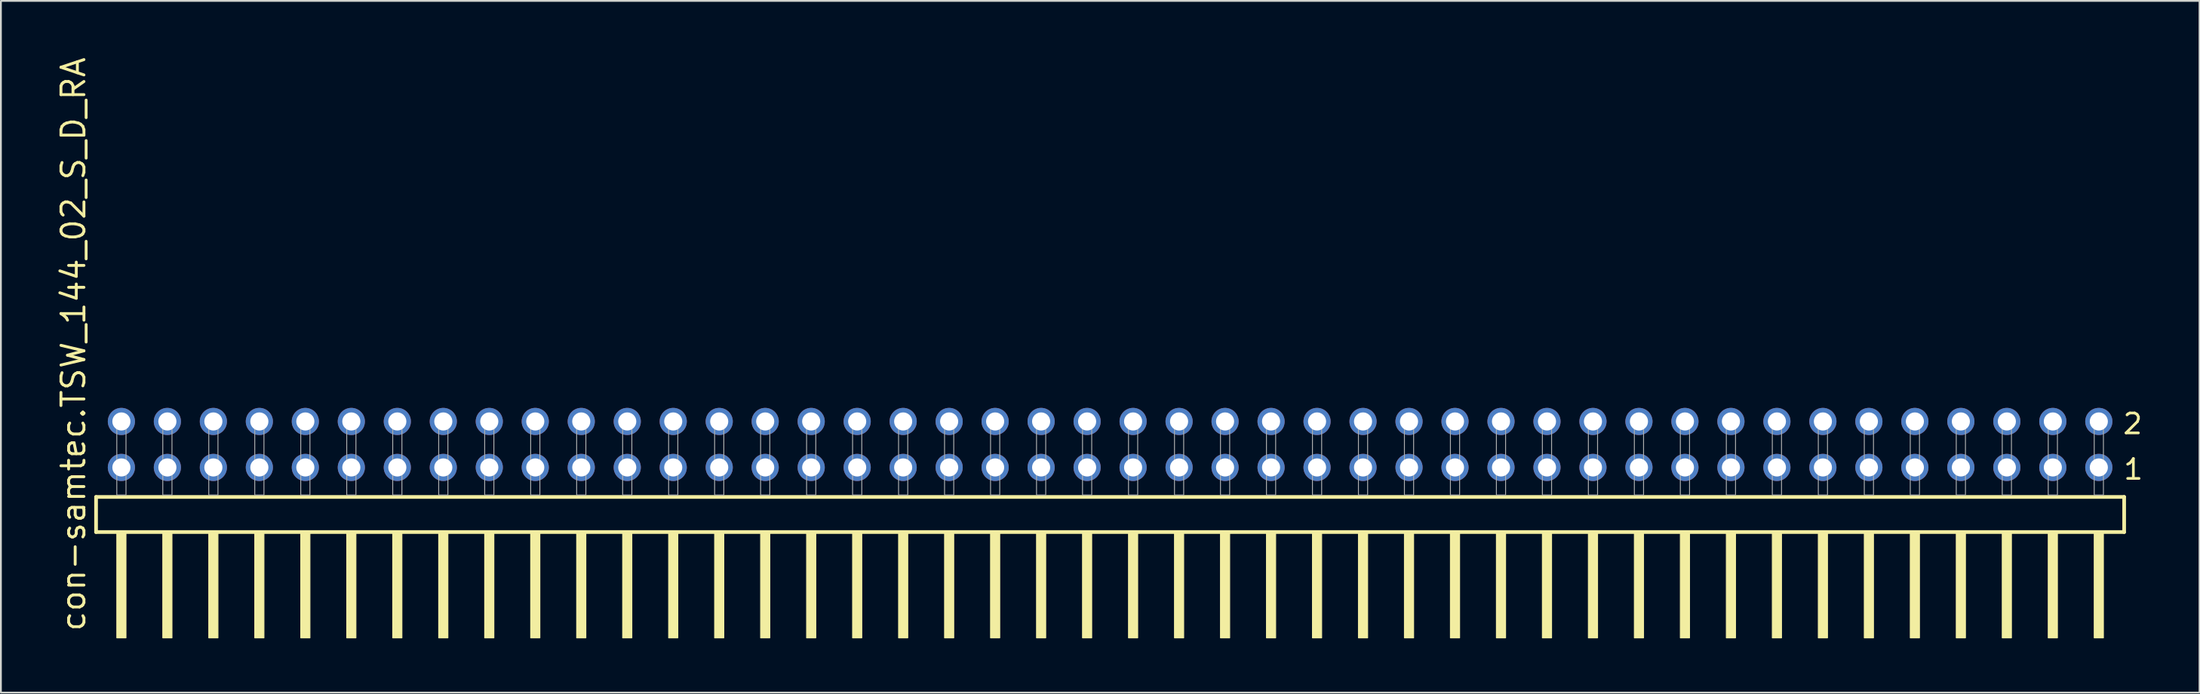
<source format=kicad_pcb>
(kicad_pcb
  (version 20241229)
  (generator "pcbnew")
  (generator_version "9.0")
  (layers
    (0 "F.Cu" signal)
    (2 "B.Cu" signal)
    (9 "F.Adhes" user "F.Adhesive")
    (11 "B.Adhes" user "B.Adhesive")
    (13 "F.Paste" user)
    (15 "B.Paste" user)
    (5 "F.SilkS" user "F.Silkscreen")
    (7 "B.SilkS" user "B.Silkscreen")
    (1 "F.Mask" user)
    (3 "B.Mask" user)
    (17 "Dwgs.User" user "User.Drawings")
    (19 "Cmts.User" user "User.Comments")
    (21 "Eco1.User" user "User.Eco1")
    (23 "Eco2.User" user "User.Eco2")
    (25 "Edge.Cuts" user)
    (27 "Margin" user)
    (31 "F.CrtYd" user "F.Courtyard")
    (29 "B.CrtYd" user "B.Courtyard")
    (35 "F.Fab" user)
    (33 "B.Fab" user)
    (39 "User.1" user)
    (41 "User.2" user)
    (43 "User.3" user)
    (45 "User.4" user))
  (footprint "con-samtec.TSW_144_02_S_D_RA"
    (layer "F.Cu")
    (at 58.265 24.296)
    (property "Reference" "con-samtec.TSW_144_02_S_D_RA" (at -56.515 7.62 90) (layer "F.SilkS") (effects (font (size 1.27 1.27) (thickness 0.16)) (justify left bottom)))
    (attr through_hole)
    (fp_line (start -56.009 0.106) (end -56.009 2.046) (stroke (width 0.203) (type default)) (layer "F.SilkS"))
    (fp_line (start -56.009 2.046) (end 56.009 2.046) (stroke (width 0.203) (type default)) (layer "F.SilkS"))
    (fp_line (start 56.009 0.106) (end -56.009 0.106) (stroke (width 0.203) (type default)) (layer "F.SilkS"))
    (fp_line (start 56.009 2.046) (end 56.009 0.106) (stroke (width 0.203) (type default)) (layer "F.SilkS"))
    (fp_rect (start -54.864 7.89) (end -54.356 2.04) (stroke (width 0.05) (type default)) (fill yes) (layer "F.SilkS"))
    (fp_rect (start -52.324 7.89) (end -51.816 2.04) (stroke (width 0.05) (type default)) (fill yes) (layer "F.SilkS"))
    (fp_rect (start -49.784 7.89) (end -49.276 2.04) (stroke (width 0.05) (type default)) (fill yes) (layer "F.SilkS"))
    (fp_rect (start -47.244 7.89) (end -46.736 2.04) (stroke (width 0.05) (type default)) (fill yes) (layer "F.SilkS"))
    (fp_rect (start -44.704 7.89) (end -44.196 2.04) (stroke (width 0.05) (type default)) (fill yes) (layer "F.SilkS"))
    (fp_rect (start -42.164 7.89) (end -41.656 2.04) (stroke (width 0.05) (type default)) (fill yes) (layer "F.SilkS"))
    (fp_rect (start -39.624 7.89) (end -39.116 2.04) (stroke (width 0.05) (type default)) (fill yes) (layer "F.SilkS"))
    (fp_rect (start -37.084 7.89) (end -36.576 2.04) (stroke (width 0.05) (type default)) (fill yes) (layer "F.SilkS"))
    (fp_rect (start -34.544 7.89) (end -34.036 2.04) (stroke (width 0.05) (type default)) (fill yes) (layer "F.SilkS"))
    (fp_rect (start -32.004 7.89) (end -31.496 2.04) (stroke (width 0.05) (type default)) (fill yes) (layer "F.SilkS"))
    (fp_rect (start -29.464 7.89) (end -28.956 2.04) (stroke (width 0.05) (type default)) (fill yes) (layer "F.SilkS"))
    (fp_rect (start -26.924 7.89) (end -26.416 2.04) (stroke (width 0.05) (type default)) (fill yes) (layer "F.SilkS"))
    (fp_rect (start -24.384 7.89) (end -23.876 2.04) (stroke (width 0.05) (type default)) (fill yes) (layer "F.SilkS"))
    (fp_rect (start -21.844 7.89) (end -21.336 2.04) (stroke (width 0.05) (type default)) (fill yes) (layer "F.SilkS"))
    (fp_rect (start -19.304 7.89) (end -18.796 2.04) (stroke (width 0.05) (type default)) (fill yes) (layer "F.SilkS"))
    (fp_rect (start -16.764 7.89) (end -16.256 2.04) (stroke (width 0.05) (type default)) (fill yes) (layer "F.SilkS"))
    (fp_rect (start -14.224 7.89) (end -13.716 2.04) (stroke (width 0.05) (type default)) (fill yes) (layer "F.SilkS"))
    (fp_rect (start -11.684 7.89) (end -11.176 2.04) (stroke (width 0.05) (type default)) (fill yes) (layer "F.SilkS"))
    (fp_rect (start -9.144 7.89) (end -8.636 2.04) (stroke (width 0.05) (type default)) (fill yes) (layer "F.SilkS"))
    (fp_rect (start -6.604 7.89) (end -6.096 2.04) (stroke (width 0.05) (type default)) (fill yes) (layer "F.SilkS"))
    (fp_rect (start -4.064 7.89) (end -3.556 2.04) (stroke (width 0.05) (type default)) (fill yes) (layer "F.SilkS"))
    (fp_rect (start -1.524 7.89) (end -1.016 2.04) (stroke (width 0.05) (type default)) (fill yes) (layer "F.SilkS"))
    (fp_rect (start 1.016 7.89) (end 1.524 2.04) (stroke (width 0.05) (type default)) (fill yes) (layer "F.SilkS"))
    (fp_rect (start 3.556 7.89) (end 4.064 2.04) (stroke (width 0.05) (type default)) (fill yes) (layer "F.SilkS"))
    (fp_rect (start 6.096 7.89) (end 6.604 2.04) (stroke (width 0.05) (type default)) (fill yes) (layer "F.SilkS"))
    (fp_rect (start 8.636 7.89) (end 9.144 2.04) (stroke (width 0.05) (type default)) (fill yes) (layer "F.SilkS"))
    (fp_rect (start 11.176 7.89) (end 11.684 2.04) (stroke (width 0.05) (type default)) (fill yes) (layer "F.SilkS"))
    (fp_rect (start 13.716 7.89) (end 14.224 2.04) (stroke (width 0.05) (type default)) (fill yes) (layer "F.SilkS"))
    (fp_rect (start 16.256 7.89) (end 16.764 2.04) (stroke (width 0.05) (type default)) (fill yes) (layer "F.SilkS"))
    (fp_rect (start 18.796 7.89) (end 19.304 2.04) (stroke (width 0.05) (type default)) (fill yes) (layer "F.SilkS"))
    (fp_rect (start 21.336 7.89) (end 21.844 2.04) (stroke (width 0.05) (type default)) (fill yes) (layer "F.SilkS"))
    (fp_rect (start 23.876 7.89) (end 24.384 2.04) (stroke (width 0.05) (type default)) (fill yes) (layer "F.SilkS"))
    (fp_rect (start 26.416 7.89) (end 26.924 2.04) (stroke (width 0.05) (type default)) (fill yes) (layer "F.SilkS"))
    (fp_rect (start 28.956 7.89) (end 29.464 2.04) (stroke (width 0.05) (type default)) (fill yes) (layer "F.SilkS"))
    (fp_rect (start 31.496 7.89) (end 32.004 2.04) (stroke (width 0.05) (type default)) (fill yes) (layer "F.SilkS"))
    (fp_rect (start 34.036 7.89) (end 34.544 2.04) (stroke (width 0.05) (type default)) (fill yes) (layer "F.SilkS"))
    (fp_rect (start 36.576 7.89) (end 37.084 2.04) (stroke (width 0.05) (type default)) (fill yes) (layer "F.SilkS"))
    (fp_rect (start 39.116 7.89) (end 39.624 2.04) (stroke (width 0.05) (type default)) (fill yes) (layer "F.SilkS"))
    (fp_rect (start 41.656 7.89) (end 42.164 2.04) (stroke (width 0.05) (type default)) (fill yes) (layer "F.SilkS"))
    (fp_rect (start 44.196 7.89) (end 44.704 2.04) (stroke (width 0.05) (type default)) (fill yes) (layer "F.SilkS"))
    (fp_rect (start 46.736 7.89) (end 47.244 2.04) (stroke (width 0.05) (type default)) (fill yes) (layer "F.SilkS"))
    (fp_rect (start 49.276 7.89) (end 49.784 2.04) (stroke (width 0.05) (type default)) (fill yes) (layer "F.SilkS"))
    (fp_rect (start 51.816 7.89) (end 52.324 2.04) (stroke (width 0.05) (type default)) (fill yes) (layer "F.SilkS"))
    (fp_rect (start 54.356 7.89) (end 54.864 2.04) (stroke (width 0.05) (type default)) (fill yes) (layer "F.SilkS"))
    (fp_rect (start -54.864 0) (end -54.356 -4.318) (stroke (width 0.05) (type default)) (fill no) (layer "F.Fab"))
    (fp_rect (start -52.324 0) (end -51.816 -4.318) (stroke (width 0.05) (type default)) (fill no) (layer "F.Fab"))
    (fp_rect (start -49.784 0) (end -49.276 -4.318) (stroke (width 0.05) (type default)) (fill no) (layer "F.Fab"))
    (fp_rect (start -47.244 0) (end -46.736 -4.318) (stroke (width 0.05) (type default)) (fill no) (layer "F.Fab"))
    (fp_rect (start -44.704 0) (end -44.196 -4.318) (stroke (width 0.05) (type default)) (fill no) (layer "F.Fab"))
    (fp_rect (start -42.164 0) (end -41.656 -4.318) (stroke (width 0.05) (type default)) (fill no) (layer "F.Fab"))
    (fp_rect (start -39.624 0) (end -39.116 -4.318) (stroke (width 0.05) (type default)) (fill no) (layer "F.Fab"))
    (fp_rect (start -37.084 0) (end -36.576 -4.318) (stroke (width 0.05) (type default)) (fill no) (layer "F.Fab"))
    (fp_rect (start -34.544 0) (end -34.036 -4.318) (stroke (width 0.05) (type default)) (fill no) (layer "F.Fab"))
    (fp_rect (start -32.004 0) (end -31.496 -4.318) (stroke (width 0.05) (type default)) (fill no) (layer "F.Fab"))
    (fp_rect (start -29.464 0) (end -28.956 -4.318) (stroke (width 0.05) (type default)) (fill no) (layer "F.Fab"))
    (fp_rect (start -26.924 0) (end -26.416 -4.318) (stroke (width 0.05) (type default)) (fill no) (layer "F.Fab"))
    (fp_rect (start -24.384 0) (end -23.876 -4.318) (stroke (width 0.05) (type default)) (fill no) (layer "F.Fab"))
    (fp_rect (start -21.844 0) (end -21.336 -4.318) (stroke (width 0.05) (type default)) (fill no) (layer "F.Fab"))
    (fp_rect (start -19.304 0) (end -18.796 -4.318) (stroke (width 0.05) (type default)) (fill no) (layer "F.Fab"))
    (fp_rect (start -16.764 0) (end -16.256 -4.318) (stroke (width 0.05) (type default)) (fill no) (layer "F.Fab"))
    (fp_rect (start -14.224 0) (end -13.716 -4.318) (stroke (width 0.05) (type default)) (fill no) (layer "F.Fab"))
    (fp_rect (start -11.684 0) (end -11.176 -4.318) (stroke (width 0.05) (type default)) (fill no) (layer "F.Fab"))
    (fp_rect (start -9.144 0) (end -8.636 -4.318) (stroke (width 0.05) (type default)) (fill no) (layer "F.Fab"))
    (fp_rect (start -6.604 0) (end -6.096 -4.318) (stroke (width 0.05) (type default)) (fill no) (layer "F.Fab"))
    (fp_rect (start -4.064 0) (end -3.556 -4.318) (stroke (width 0.05) (type default)) (fill no) (layer "F.Fab"))
    (fp_rect (start -1.524 0) (end -1.016 -4.318) (stroke (width 0.05) (type default)) (fill no) (layer "F.Fab"))
    (fp_rect (start 1.016 0) (end 1.524 -4.318) (stroke (width 0.05) (type default)) (fill no) (layer "F.Fab"))
    (fp_rect (start 3.556 0) (end 4.064 -4.318) (stroke (width 0.05) (type default)) (fill no) (layer "F.Fab"))
    (fp_rect (start 6.096 0) (end 6.604 -4.318) (stroke (width 0.05) (type default)) (fill no) (layer "F.Fab"))
    (fp_rect (start 8.636 0) (end 9.144 -4.318) (stroke (width 0.05) (type default)) (fill no) (layer "F.Fab"))
    (fp_rect (start 11.176 0) (end 11.684 -4.318) (stroke (width 0.05) (type default)) (fill no) (layer "F.Fab"))
    (fp_rect (start 13.716 0) (end 14.224 -4.318) (stroke (width 0.05) (type default)) (fill no) (layer "F.Fab"))
    (fp_rect (start 16.256 0) (end 16.764 -4.318) (stroke (width 0.05) (type default)) (fill no) (layer "F.Fab"))
    (fp_rect (start 18.796 0) (end 19.304 -4.318) (stroke (width 0.05) (type default)) (fill no) (layer "F.Fab"))
    (fp_rect (start 21.336 0) (end 21.844 -4.318) (stroke (width 0.05) (type default)) (fill no) (layer "F.Fab"))
    (fp_rect (start 23.876 0) (end 24.384 -4.318) (stroke (width 0.05) (type default)) (fill no) (layer "F.Fab"))
    (fp_rect (start 26.416 0) (end 26.924 -4.318) (stroke (width 0.05) (type default)) (fill no) (layer "F.Fab"))
    (fp_rect (start 28.956 0) (end 29.464 -4.318) (stroke (width 0.05) (type default)) (fill no) (layer "F.Fab"))
    (fp_rect (start 31.496 0) (end 32.004 -4.318) (stroke (width 0.05) (type default)) (fill no) (layer "F.Fab"))
    (fp_rect (start 34.036 0) (end 34.544 -4.318) (stroke (width 0.05) (type default)) (fill no) (layer "F.Fab"))
    (fp_rect (start 36.576 0) (end 37.084 -4.318) (stroke (width 0.05) (type default)) (fill no) (layer "F.Fab"))
    (fp_rect (start 39.116 0) (end 39.624 -4.318) (stroke (width 0.05) (type default)) (fill no) (layer "F.Fab"))
    (fp_rect (start 41.656 0) (end 42.164 -4.318) (stroke (width 0.05) (type default)) (fill no) (layer "F.Fab"))
    (fp_rect (start 44.196 0) (end 44.704 -4.318) (stroke (width 0.05) (type default)) (fill no) (layer "F.Fab"))
    (fp_rect (start 46.736 0) (end 47.244 -4.318) (stroke (width 0.05) (type default)) (fill no) (layer "F.Fab"))
    (fp_rect (start 49.276 0) (end 49.784 -4.318) (stroke (width 0.05) (type default)) (fill no) (layer "F.Fab"))
    (fp_rect (start 51.816 0) (end 52.324 -4.318) (stroke (width 0.05) (type default)) (fill no) (layer "F.Fab"))
    (fp_rect (start 54.356 0) (end 54.864 -4.318) (stroke (width 0.05) (type default)) (fill no) (layer "F.Fab"))
    (fp_text user "2" (at 55.86 -3.29 0) (layer "F.SilkS") (effects (font (size 1.1 1.1) (thickness 0.15)) (justify left bottom)))
    (fp_text user "1" (at 55.895 -0.775 0) (layer "F.SilkS") (effects (font (size 1.1 1.1) (thickness 0.15)) (justify left bottom)))
    (pad "1" thru_hole circle (at 54.61 -1.524 180) (size 1.5 1.5) (drill 1) (layers "*.Cu" "*.Mask"))
    (pad "2" thru_hole circle (at 54.61 -4.064 180) (size 1.5 1.5) (drill 1) (layers "*.Cu" "*.Mask"))
    (pad "3" thru_hole circle (at 52.07 -1.524 180) (size 1.5 1.5) (drill 1) (layers "*.Cu" "*.Mask"))
    (pad "4" thru_hole circle (at 52.07 -4.064 180) (size 1.5 1.5) (drill 1) (layers "*.Cu" "*.Mask"))
    (pad "5" thru_hole circle (at 49.53 -1.524 180) (size 1.5 1.5) (drill 1) (layers "*.Cu" "*.Mask"))
    (pad "6" thru_hole circle (at 49.53 -4.064 180) (size 1.5 1.5) (drill 1) (layers "*.Cu" "*.Mask"))
    (pad "7" thru_hole circle (at 46.99 -1.524 180) (size 1.5 1.5) (drill 1) (layers "*.Cu" "*.Mask"))
    (pad "8" thru_hole circle (at 46.99 -4.064 180) (size 1.5 1.5) (drill 1) (layers "*.Cu" "*.Mask"))
    (pad "9" thru_hole circle (at 44.45 -1.524 180) (size 1.5 1.5) (drill 1) (layers "*.Cu" "*.Mask"))
    (pad "10" thru_hole circle (at 44.45 -4.064 180) (size 1.5 1.5) (drill 1) (layers "*.Cu" "*.Mask"))
    (pad "11" thru_hole circle (at 41.91 -1.524 180) (size 1.5 1.5) (drill 1) (layers "*.Cu" "*.Mask"))
    (pad "12" thru_hole circle (at 41.91 -4.064 180) (size 1.5 1.5) (drill 1) (layers "*.Cu" "*.Mask"))
    (pad "13" thru_hole circle (at 39.37 -1.524 180) (size 1.5 1.5) (drill 1) (layers "*.Cu" "*.Mask"))
    (pad "14" thru_hole circle (at 39.37 -4.064 180) (size 1.5 1.5) (drill 1) (layers "*.Cu" "*.Mask"))
    (pad "15" thru_hole circle (at 36.83 -1.524 180) (size 1.5 1.5) (drill 1) (layers "*.Cu" "*.Mask"))
    (pad "16" thru_hole circle (at 36.83 -4.064 180) (size 1.5 1.5) (drill 1) (layers "*.Cu" "*.Mask"))
    (pad "17" thru_hole circle (at 34.29 -1.524 180) (size 1.5 1.5) (drill 1) (layers "*.Cu" "*.Mask"))
    (pad "18" thru_hole circle (at 34.29 -4.064 180) (size 1.5 1.5) (drill 1) (layers "*.Cu" "*.Mask"))
    (pad "19" thru_hole circle (at 31.75 -1.524 180) (size 1.5 1.5) (drill 1) (layers "*.Cu" "*.Mask"))
    (pad "20" thru_hole circle (at 31.75 -4.064 180) (size 1.5 1.5) (drill 1) (layers "*.Cu" "*.Mask"))
    (pad "21" thru_hole circle (at 29.21 -1.524 180) (size 1.5 1.5) (drill 1) (layers "*.Cu" "*.Mask"))
    (pad "22" thru_hole circle (at 29.21 -4.064 180) (size 1.5 1.5) (drill 1) (layers "*.Cu" "*.Mask"))
    (pad "23" thru_hole circle (at 26.67 -1.524 180) (size 1.5 1.5) (drill 1) (layers "*.Cu" "*.Mask"))
    (pad "24" thru_hole circle (at 26.67 -4.064 180) (size 1.5 1.5) (drill 1) (layers "*.Cu" "*.Mask"))
    (pad "25" thru_hole circle (at 24.13 -1.524 180) (size 1.5 1.5) (drill 1) (layers "*.Cu" "*.Mask"))
    (pad "26" thru_hole circle (at 24.13 -4.064 180) (size 1.5 1.5) (drill 1) (layers "*.Cu" "*.Mask"))
    (pad "27" thru_hole circle (at 21.59 -1.524 180) (size 1.5 1.5) (drill 1) (layers "*.Cu" "*.Mask"))
    (pad "28" thru_hole circle (at 21.59 -4.064 180) (size 1.5 1.5) (drill 1) (layers "*.Cu" "*.Mask"))
    (pad "29" thru_hole circle (at 19.05 -1.524 180) (size 1.5 1.5) (drill 1) (layers "*.Cu" "*.Mask"))
    (pad "30" thru_hole circle (at 19.05 -4.064 180) (size 1.5 1.5) (drill 1) (layers "*.Cu" "*.Mask"))
    (pad "31" thru_hole circle (at 16.51 -1.524 180) (size 1.5 1.5) (drill 1) (layers "*.Cu" "*.Mask"))
    (pad "32" thru_hole circle (at 16.51 -4.064 180) (size 1.5 1.5) (drill 1) (layers "*.Cu" "*.Mask"))
    (pad "33" thru_hole circle (at 13.97 -1.524 180) (size 1.5 1.5) (drill 1) (layers "*.Cu" "*.Mask"))
    (pad "34" thru_hole circle (at 13.97 -4.064 180) (size 1.5 1.5) (drill 1) (layers "*.Cu" "*.Mask"))
    (pad "35" thru_hole circle (at 11.43 -1.524 180) (size 1.5 1.5) (drill 1) (layers "*.Cu" "*.Mask"))
    (pad "36" thru_hole circle (at 11.43 -4.064 180) (size 1.5 1.5) (drill 1) (layers "*.Cu" "*.Mask"))
    (pad "37" thru_hole circle (at 8.89 -1.524 180) (size 1.5 1.5) (drill 1) (layers "*.Cu" "*.Mask"))
    (pad "38" thru_hole circle (at 8.89 -4.064 180) (size 1.5 1.5) (drill 1) (layers "*.Cu" "*.Mask"))
    (pad "39" thru_hole circle (at 6.35 -1.524 180) (size 1.5 1.5) (drill 1) (layers "*.Cu" "*.Mask"))
    (pad "40" thru_hole circle (at 6.35 -4.064 180) (size 1.5 1.5) (drill 1) (layers "*.Cu" "*.Mask"))
    (pad "41" thru_hole circle (at 3.81 -1.524 180) (size 1.5 1.5) (drill 1) (layers "*.Cu" "*.Mask"))
    (pad "42" thru_hole circle (at 3.81 -4.064 180) (size 1.5 1.5) (drill 1) (layers "*.Cu" "*.Mask"))
    (pad "43" thru_hole circle (at 1.27 -1.524 180) (size 1.5 1.5) (drill 1) (layers "*.Cu" "*.Mask"))
    (pad "44" thru_hole circle (at 1.27 -4.064 180) (size 1.5 1.5) (drill 1) (layers "*.Cu" "*.Mask"))
    (pad "45" thru_hole circle (at -1.27 -1.524 180) (size 1.5 1.5) (drill 1) (layers "*.Cu" "*.Mask"))
    (pad "46" thru_hole circle (at -1.27 -4.064 180) (size 1.5 1.5) (drill 1) (layers "*.Cu" "*.Mask"))
    (pad "47" thru_hole circle (at -3.81 -1.524 180) (size 1.5 1.5) (drill 1) (layers "*.Cu" "*.Mask"))
    (pad "48" thru_hole circle (at -3.81 -4.064 180) (size 1.5 1.5) (drill 1) (layers "*.Cu" "*.Mask"))
    (pad "49" thru_hole circle (at -6.35 -1.524 180) (size 1.5 1.5) (drill 1) (layers "*.Cu" "*.Mask"))
    (pad "50" thru_hole circle (at -6.35 -4.064 180) (size 1.5 1.5) (drill 1) (layers "*.Cu" "*.Mask"))
    (pad "51" thru_hole circle (at -8.89 -1.524 180) (size 1.5 1.5) (drill 1) (layers "*.Cu" "*.Mask"))
    (pad "52" thru_hole circle (at -8.89 -4.064 180) (size 1.5 1.5) (drill 1) (layers "*.Cu" "*.Mask"))
    (pad "53" thru_hole circle (at -11.43 -1.524 180) (size 1.5 1.5) (drill 1) (layers "*.Cu" "*.Mask"))
    (pad "54" thru_hole circle (at -11.43 -4.064 180) (size 1.5 1.5) (drill 1) (layers "*.Cu" "*.Mask"))
    (pad "55" thru_hole circle (at -13.97 -1.524 180) (size 1.5 1.5) (drill 1) (layers "*.Cu" "*.Mask"))
    (pad "56" thru_hole circle (at -13.97 -4.064 180) (size 1.5 1.5) (drill 1) (layers "*.Cu" "*.Mask"))
    (pad "57" thru_hole circle (at -16.51 -1.524 180) (size 1.5 1.5) (drill 1) (layers "*.Cu" "*.Mask"))
    (pad "58" thru_hole circle (at -16.51 -4.064 180) (size 1.5 1.5) (drill 1) (layers "*.Cu" "*.Mask"))
    (pad "59" thru_hole circle (at -19.05 -1.524 180) (size 1.5 1.5) (drill 1) (layers "*.Cu" "*.Mask"))
    (pad "60" thru_hole circle (at -19.05 -4.064 180) (size 1.5 1.5) (drill 1) (layers "*.Cu" "*.Mask"))
    (pad "61" thru_hole circle (at -21.59 -1.524 180) (size 1.5 1.5) (drill 1) (layers "*.Cu" "*.Mask"))
    (pad "62" thru_hole circle (at -21.59 -4.064 180) (size 1.5 1.5) (drill 1) (layers "*.Cu" "*.Mask"))
    (pad "63" thru_hole circle (at -24.13 -1.524 180) (size 1.5 1.5) (drill 1) (layers "*.Cu" "*.Mask"))
    (pad "64" thru_hole circle (at -24.13 -4.064 180) (size 1.5 1.5) (drill 1) (layers "*.Cu" "*.Mask"))
    (pad "65" thru_hole circle (at -26.67 -1.524 180) (size 1.5 1.5) (drill 1) (layers "*.Cu" "*.Mask"))
    (pad "66" thru_hole circle (at -26.67 -4.064 180) (size 1.5 1.5) (drill 1) (layers "*.Cu" "*.Mask"))
    (pad "67" thru_hole circle (at -29.21 -1.524 180) (size 1.5 1.5) (drill 1) (layers "*.Cu" "*.Mask"))
    (pad "68" thru_hole circle (at -29.21 -4.064 180) (size 1.5 1.5) (drill 1) (layers "*.Cu" "*.Mask"))
    (pad "69" thru_hole circle (at -31.75 -1.524 180) (size 1.5 1.5) (drill 1) (layers "*.Cu" "*.Mask"))
    (pad "70" thru_hole circle (at -31.75 -4.064 180) (size 1.5 1.5) (drill 1) (layers "*.Cu" "*.Mask"))
    (pad "71" thru_hole circle (at -34.29 -1.524 180) (size 1.5 1.5) (drill 1) (layers "*.Cu" "*.Mask"))
    (pad "72" thru_hole circle (at -34.29 -4.064 180) (size 1.5 1.5) (drill 1) (layers "*.Cu" "*.Mask"))
    (pad "73" thru_hole circle (at -36.83 -1.524 180) (size 1.5 1.5) (drill 1) (layers "*.Cu" "*.Mask"))
    (pad "74" thru_hole circle (at -36.83 -4.064 180) (size 1.5 1.5) (drill 1) (layers "*.Cu" "*.Mask"))
    (pad "75" thru_hole circle (at -39.37 -1.524 180) (size 1.5 1.5) (drill 1) (layers "*.Cu" "*.Mask"))
    (pad "76" thru_hole circle (at -39.37 -4.064 180) (size 1.5 1.5) (drill 1) (layers "*.Cu" "*.Mask"))
    (pad "77" thru_hole circle (at -41.91 -1.524 180) (size 1.5 1.5) (drill 1) (layers "*.Cu" "*.Mask"))
    (pad "78" thru_hole circle (at -41.91 -4.064 180) (size 1.5 1.5) (drill 1) (layers "*.Cu" "*.Mask"))
    (pad "79" thru_hole circle (at -44.45 -1.524 180) (size 1.5 1.5) (drill 1) (layers "*.Cu" "*.Mask"))
    (pad "80" thru_hole circle (at -44.45 -4.064 180) (size 1.5 1.5) (drill 1) (layers "*.Cu" "*.Mask"))
    (pad "81" thru_hole circle (at -46.99 -1.524 180) (size 1.5 1.5) (drill 1) (layers "*.Cu" "*.Mask"))
    (pad "82" thru_hole circle (at -46.99 -4.064 180) (size 1.5 1.5) (drill 1) (layers "*.Cu" "*.Mask"))
    (pad "83" thru_hole circle (at -49.53 -1.524 180) (size 1.5 1.5) (drill 1) (layers "*.Cu" "*.Mask"))
    (pad "84" thru_hole circle (at -49.53 -4.064 180) (size 1.5 1.5) (drill 1) (layers "*.Cu" "*.Mask"))
    (pad "85" thru_hole circle (at -52.07 -1.524 180) (size 1.5 1.5) (drill 1) (layers "*.Cu" "*.Mask"))
    (pad "86" thru_hole circle (at -52.07 -4.064 180) (size 1.5 1.5) (drill 1) (layers "*.Cu" "*.Mask"))
    (pad "87" thru_hole circle (at -54.61 -1.524 180) (size 1.5 1.5) (drill 1) (layers "*.Cu" "*.Mask"))
    (pad "88" thru_hole circle (at -54.61 -4.064 180) (size 1.5 1.5) (drill 1) (layers "*.Cu" "*.Mask")))
  (gr_rect
    (start -3 -3)
    (end 118.438 35.211)
    (stroke (width 0.1) (type default))
    (fill no)
    (layer "Edge.Cuts")))
</source>
